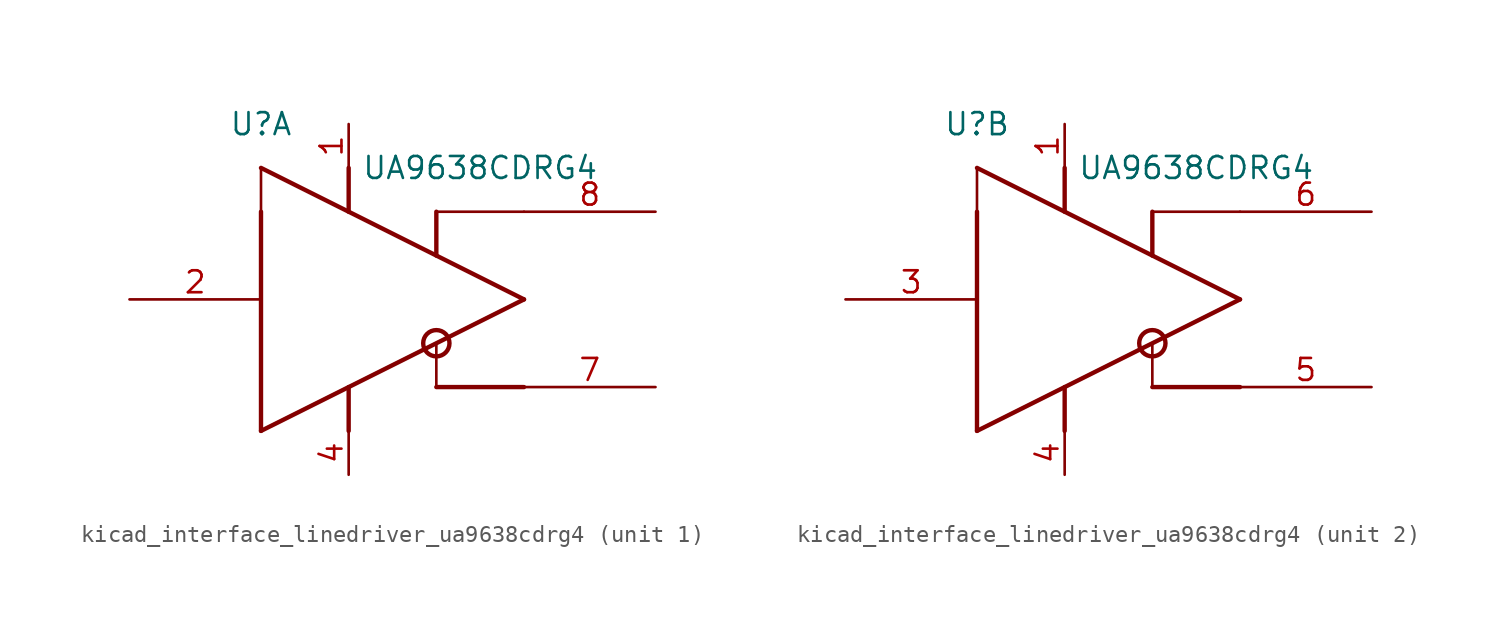
<source format=kicad_sym>
(kicad_symbol_lib
  (version 20220914)
  (generator kicad_symbol_editor)
  (symbol "kicad_interface_linedriver_ua9638cdrg4"
    (pin_names
      (offset 1.016) hide)
    (property "Reference" "U"
      (at -7.62 10.16 0)
      (effects (font (size 1.27 1.27))))
    (property "Value" "UA9638CDRG4"
      (at 5.08 7.62 0)
      (effects (font (size 1.27 1.27))))
    (symbol "kicad_interface_linedriver_ua9638cdrg4_0_1"
      (polyline (pts (xy -7.62 5.08) (xy -7.62 -7.62)) (stroke (width 0.254) (type default)) (fill (type background)))
      (polyline (pts (xy -7.62 5.08) (xy -7.62 7.62)) (stroke (width 0) (type default)) (fill (type none)))
      (polyline (pts (xy -7.62 7.62) (xy 7.62 0)) (stroke (width 0.254) (type default)) (fill (type none)))
      (polyline (pts (xy -2.54 -5.08) (xy -2.54 -7.62)) (stroke (width 0.254) (type default)) (fill (type none)))
      (polyline (pts (xy -2.54 5.08) (xy -2.54 7.62)) (stroke (width 0.254) (type default)) (fill (type none)))
      (polyline (pts (xy 2.54 -5.08) (xy 7.62 -5.08)) (stroke (width 0.254) (type default)) (fill (type none)))
      (polyline (pts (xy 2.54 -2.54) (xy 2.54 -5.08)) (stroke (width 0) (type default)) (fill (type none)))
      (polyline (pts (xy 2.54 5.08) (xy 2.54 2.54)) (stroke (width 0.254) (type default)) (fill (type none)))
      (polyline (pts (xy 7.62 0) (xy -7.62 -7.62)) (stroke (width 0.254) (type default)) (fill (type none)))
      (polyline (pts (xy 7.62 5.08) (xy 2.54 5.08)) (stroke (width 0) (type default)) (fill (type none)))
      (circle (center 2.54 -2.54) (radius 0.762) (stroke (width 0.254) (type default)) (fill (type none))))
    (symbol "kicad_interface_linedriver_ua9638cdrg4_1_1"
      (pin power_in line (at -2.54 10.16 270) (length 2.54) (name "VCC" (effects (font (size 1.27 1.27)))) (number "1" (effects (font (size 1.27 1.27)))))
      (pin input line (at -15.24 0 0) (length 7.62) (name "IN" (effects (font (size 1.27 1.27)))) (number "2" (effects (font (size 1.27 1.27)))))
      (pin power_in line (at -2.54 -10.16 90) (length 2.54) (name "GND" (effects (font (size 1.27 1.27)))) (number "4" (effects (font (size 1.27 1.27)))))
      (pin output line (at 15.24 -5.08 180) (length 7.62) (name "OUTA" (effects (font (size 1.27 1.27)))) (number "7" (effects (font (size 1.27 1.27)))))
      (pin output line (at 15.24 5.08 180) (length 7.62) (name "OUTB" (effects (font (size 1.27 1.27)))) (number "8" (effects (font (size 1.27 1.27))))))
    (symbol "kicad_interface_linedriver_ua9638cdrg4_2_1"
      (pin power_in line (at -2.54 10.16 270) (length 2.54) (name "VCC" (effects (font (size 1.27 1.27)))) (number "1" (effects (font (size 1.27 1.27)))))
      (pin input line (at -15.24 0 0) (length 7.62) (name "IN" (effects (font (size 1.27 1.27)))) (number "3" (effects (font (size 1.27 1.27)))))
      (pin power_in line (at -2.54 -10.16 90) (length 2.54) (name "GND" (effects (font (size 1.27 1.27)))) (number "4" (effects (font (size 1.27 1.27)))))
      (pin output line (at 15.24 -5.08 180) (length 7.62) (name "OUTA" (effects (font (size 1.27 1.27)))) (number "5" (effects (font (size 1.27 1.27)))))
      (pin output line (at 15.24 5.08 180) (length 7.62) (name "OUTB" (effects (font (size 1.27 1.27)))) (number "6" (effects (font (size 1.27 1.27))))))))
</source>
